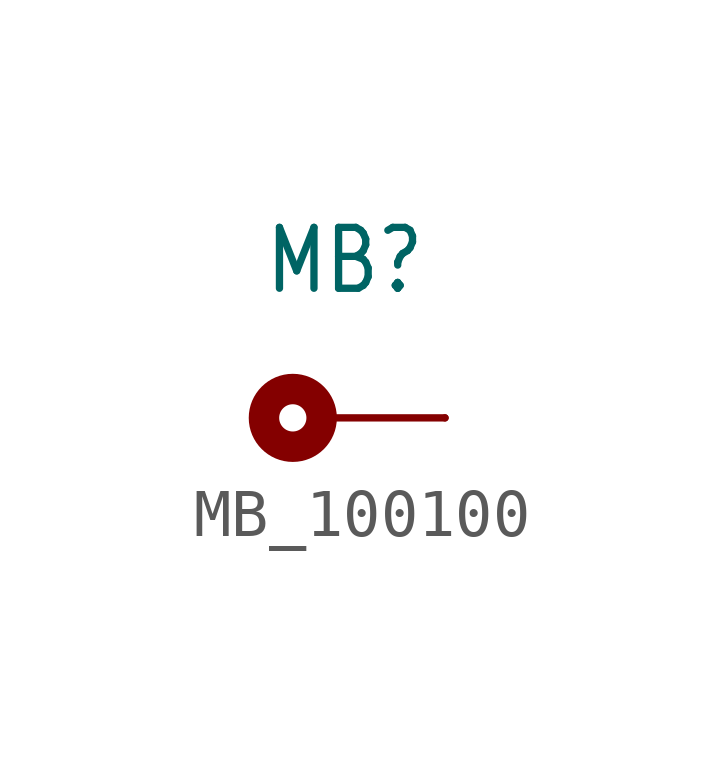
<source format=kicad_sym>
(kicad_symbol_lib
  (version 20201005)
  (generator kicad_symbol_editor)
  (symbol "MB_100100"
    (property "Reference" "MB"
      (at -1.27 2.54 0)
      (effects (font (size 1.27 1.079)) (justify left bottom)))
    (property "ki_locked" ""
      (at 0 0 0)
      (effects (font (size 1.27 1.27))))
    (symbol "MB_100100_1_0"
      (circle (center -0.635 0) (radius 0.635) (stroke (width 0.152)) (fill (type none)))
      (circle (center -0.635 0) (radius 0.284) (stroke (width 0.635)) (fill (type none)))
      (polyline (pts (xy 2.54 0) (xy 0 0)) (stroke (width 0.152)) (fill (type none)))
      (pin passive line (at 2.54 0 180) (length 0) (name "1" (effects (font (size 0 0)))) (number "1" (effects (font (size 0 0))))))))
</source>
